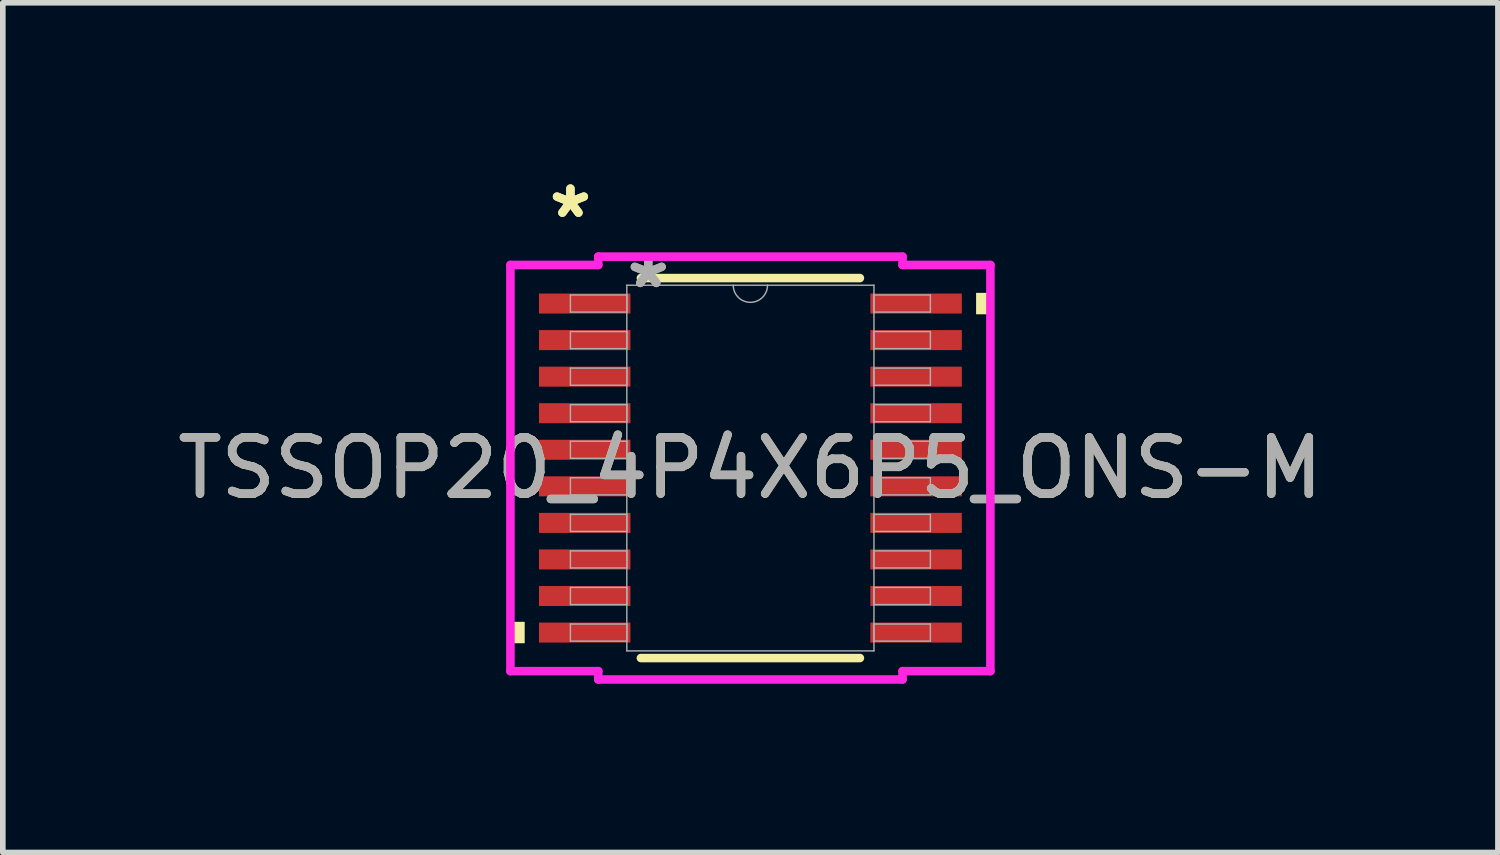
<source format=kicad_pcb>
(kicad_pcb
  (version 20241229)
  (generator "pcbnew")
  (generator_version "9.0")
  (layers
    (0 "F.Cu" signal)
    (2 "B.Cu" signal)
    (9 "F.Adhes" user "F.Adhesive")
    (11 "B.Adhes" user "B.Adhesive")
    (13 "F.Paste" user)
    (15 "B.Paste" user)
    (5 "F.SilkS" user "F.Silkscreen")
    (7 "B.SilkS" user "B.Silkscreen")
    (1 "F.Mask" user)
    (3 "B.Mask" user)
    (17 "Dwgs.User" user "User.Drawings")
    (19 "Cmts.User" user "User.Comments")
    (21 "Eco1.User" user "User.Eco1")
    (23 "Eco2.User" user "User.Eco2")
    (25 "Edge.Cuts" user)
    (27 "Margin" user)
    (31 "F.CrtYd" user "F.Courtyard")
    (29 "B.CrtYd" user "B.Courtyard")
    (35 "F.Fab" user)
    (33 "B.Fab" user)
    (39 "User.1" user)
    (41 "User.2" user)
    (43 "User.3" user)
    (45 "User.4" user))
  (footprint "TSSOP20_4P4X6P5_ONS-M"
    (layer "F.Cu")
    (at 10.292 5.272)
    (property "Reference" "TSSOP20_4P4X6P5_ONS-M" (at 0 0 0) (unlocked yes) (layer "F.SilkS") (effects (font (size 1 1) (thickness 0.15))))
    (attr smd)
    (fp_line (start -1.947 3.378) (end 1.947 3.378) (stroke (width 0.152) (type solid)) (layer "F.SilkS"))
    (fp_line (start 1.947 -3.378) (end -1.947 -3.378) (stroke (width 0.152) (type solid)) (layer "F.SilkS"))
    (fp_poly (pts (xy -4.267 2.734) (xy -4.267 3.115) (xy -4.013 3.115) (xy -4.013 2.734)) (stroke (width 0) (type solid)) (fill yes) (layer "F.SilkS"))
    (fp_poly (pts (xy 4.267 -3.115) (xy 4.267 -2.734) (xy 4.013 -2.734) (xy 4.013 -3.115)) (stroke (width 0) (type solid)) (fill yes) (layer "F.SilkS"))
    (fp_line (start -4.267 -3.611) (end -2.705 -3.611) (stroke (width 0.152) (type solid)) (layer "F.CrtYd"))
    (fp_line (start -4.267 3.611) (end -4.267 -3.611) (stroke (width 0.152) (type solid)) (layer "F.CrtYd"))
    (fp_line (start -4.267 3.611) (end -2.705 3.611) (stroke (width 0.152) (type solid)) (layer "F.CrtYd"))
    (fp_line (start -2.705 -3.759) (end 2.705 -3.759) (stroke (width 0.152) (type solid)) (layer "F.CrtYd"))
    (fp_line (start -2.705 -3.611) (end -2.705 -3.759) (stroke (width 0.152) (type solid)) (layer "F.CrtYd"))
    (fp_line (start -2.705 3.759) (end -2.705 3.611) (stroke (width 0.152) (type solid)) (layer "F.CrtYd"))
    (fp_line (start 2.705 -3.759) (end 2.705 -3.611) (stroke (width 0.152) (type solid)) (layer "F.CrtYd"))
    (fp_line (start 2.705 3.611) (end 2.705 3.759) (stroke (width 0.152) (type solid)) (layer "F.CrtYd"))
    (fp_line (start 2.705 3.759) (end -2.705 3.759) (stroke (width 0.152) (type solid)) (layer "F.CrtYd"))
    (fp_line (start 4.267 -3.611) (end 2.705 -3.611) (stroke (width 0.152) (type solid)) (layer "F.CrtYd"))
    (fp_line (start 4.267 -3.611) (end 4.267 3.611) (stroke (width 0.152) (type solid)) (layer "F.CrtYd"))
    (fp_line (start 4.267 3.611) (end 2.705 3.611) (stroke (width 0.152) (type solid)) (layer "F.CrtYd"))
    (fp_line (start -3.2 -3.077) (end -3.2 -2.773) (stroke (width 0.025) (type solid)) (layer "F.Fab"))
    (fp_line (start -3.2 -2.773) (end -2.197 -2.773) (stroke (width 0.025) (type solid)) (layer "F.Fab"))
    (fp_line (start -3.2 -2.427) (end -3.2 -2.123) (stroke (width 0.025) (type solid)) (layer "F.Fab"))
    (fp_line (start -3.2 -2.123) (end -2.197 -2.123) (stroke (width 0.025) (type solid)) (layer "F.Fab"))
    (fp_line (start -3.2 -1.777) (end -3.2 -1.473) (stroke (width 0.025) (type solid)) (layer "F.Fab"))
    (fp_line (start -3.2 -1.473) (end -2.197 -1.473) (stroke (width 0.025) (type solid)) (layer "F.Fab"))
    (fp_line (start -3.2 -1.127) (end -3.2 -0.823) (stroke (width 0.025) (type solid)) (layer "F.Fab"))
    (fp_line (start -3.2 -0.823) (end -2.197 -0.823) (stroke (width 0.025) (type solid)) (layer "F.Fab"))
    (fp_line (start -3.2 -0.477) (end -3.2 -0.173) (stroke (width 0.025) (type solid)) (layer "F.Fab"))
    (fp_line (start -3.2 -0.173) (end -2.197 -0.173) (stroke (width 0.025) (type solid)) (layer "F.Fab"))
    (fp_line (start -3.2 0.173) (end -3.2 0.477) (stroke (width 0.025) (type solid)) (layer "F.Fab"))
    (fp_line (start -3.2 0.477) (end -2.197 0.477) (stroke (width 0.025) (type solid)) (layer "F.Fab"))
    (fp_line (start -3.2 0.823) (end -3.2 1.127) (stroke (width 0.025) (type solid)) (layer "F.Fab"))
    (fp_line (start -3.2 1.127) (end -2.197 1.127) (stroke (width 0.025) (type solid)) (layer "F.Fab"))
    (fp_line (start -3.2 1.473) (end -3.2 1.777) (stroke (width 0.025) (type solid)) (layer "F.Fab"))
    (fp_line (start -3.2 1.777) (end -2.197 1.777) (stroke (width 0.025) (type solid)) (layer "F.Fab"))
    (fp_line (start -3.2 2.123) (end -3.2 2.427) (stroke (width 0.025) (type solid)) (layer "F.Fab"))
    (fp_line (start -3.2 2.427) (end -2.197 2.427) (stroke (width 0.025) (type solid)) (layer "F.Fab"))
    (fp_line (start -3.2 2.773) (end -3.2 3.077) (stroke (width 0.025) (type solid)) (layer "F.Fab"))
    (fp_line (start -3.2 3.077) (end -2.197 3.077) (stroke (width 0.025) (type solid)) (layer "F.Fab"))
    (fp_line (start -2.197 -3.251) (end -2.197 3.251) (stroke (width 0.025) (type solid)) (layer "F.Fab"))
    (fp_line (start -2.197 -3.077) (end -3.2 -3.077) (stroke (width 0.025) (type solid)) (layer "F.Fab"))
    (fp_line (start -2.197 -2.773) (end -2.197 -3.077) (stroke (width 0.025) (type solid)) (layer "F.Fab"))
    (fp_line (start -2.197 -2.427) (end -3.2 -2.427) (stroke (width 0.025) (type solid)) (layer "F.Fab"))
    (fp_line (start -2.197 -2.123) (end -2.197 -2.427) (stroke (width 0.025) (type solid)) (layer "F.Fab"))
    (fp_line (start -2.197 -1.777) (end -3.2 -1.777) (stroke (width 0.025) (type solid)) (layer "F.Fab"))
    (fp_line (start -2.197 -1.473) (end -2.197 -1.777) (stroke (width 0.025) (type solid)) (layer "F.Fab"))
    (fp_line (start -2.197 -1.127) (end -3.2 -1.127) (stroke (width 0.025) (type solid)) (layer "F.Fab"))
    (fp_line (start -2.197 -0.823) (end -2.197 -1.127) (stroke (width 0.025) (type solid)) (layer "F.Fab"))
    (fp_line (start -2.197 -0.477) (end -3.2 -0.477) (stroke (width 0.025) (type solid)) (layer "F.Fab"))
    (fp_line (start -2.197 -0.173) (end -2.197 -0.477) (stroke (width 0.025) (type solid)) (layer "F.Fab"))
    (fp_line (start -2.197 0.173) (end -3.2 0.173) (stroke (width 0.025) (type solid)) (layer "F.Fab"))
    (fp_line (start -2.197 0.477) (end -2.197 0.173) (stroke (width 0.025) (type solid)) (layer "F.Fab"))
    (fp_line (start -2.197 0.823) (end -3.2 0.823) (stroke (width 0.025) (type solid)) (layer "F.Fab"))
    (fp_line (start -2.197 1.127) (end -2.197 0.823) (stroke (width 0.025) (type solid)) (layer "F.Fab"))
    (fp_line (start -2.197 1.473) (end -3.2 1.473) (stroke (width 0.025) (type solid)) (layer "F.Fab"))
    (fp_line (start -2.197 1.777) (end -2.197 1.473) (stroke (width 0.025) (type solid)) (layer "F.Fab"))
    (fp_line (start -2.197 2.123) (end -3.2 2.123) (stroke (width 0.025) (type solid)) (layer "F.Fab"))
    (fp_line (start -2.197 2.427) (end -2.197 2.123) (stroke (width 0.025) (type solid)) (layer "F.Fab"))
    (fp_line (start -2.197 2.773) (end -3.2 2.773) (stroke (width 0.025) (type solid)) (layer "F.Fab"))
    (fp_line (start -2.197 3.077) (end -2.197 2.773) (stroke (width 0.025) (type solid)) (layer "F.Fab"))
    (fp_line (start -2.197 3.251) (end 2.197 3.251) (stroke (width 0.025) (type solid)) (layer "F.Fab"))
    (fp_line (start 2.197 -3.251) (end -2.197 -3.251) (stroke (width 0.025) (type solid)) (layer "F.Fab"))
    (fp_line (start 2.197 -3.077) (end 2.197 -2.773) (stroke (width 0.025) (type solid)) (layer "F.Fab"))
    (fp_line (start 2.197 -2.773) (end 3.2 -2.773) (stroke (width 0.025) (type solid)) (layer "F.Fab"))
    (fp_line (start 2.197 -2.427) (end 2.197 -2.123) (stroke (width 0.025) (type solid)) (layer "F.Fab"))
    (fp_line (start 2.197 -2.123) (end 3.2 -2.123) (stroke (width 0.025) (type solid)) (layer "F.Fab"))
    (fp_line (start 2.197 -1.777) (end 2.197 -1.473) (stroke (width 0.025) (type solid)) (layer "F.Fab"))
    (fp_line (start 2.197 -1.473) (end 3.2 -1.473) (stroke (width 0.025) (type solid)) (layer "F.Fab"))
    (fp_line (start 2.197 -1.127) (end 2.197 -0.823) (stroke (width 0.025) (type solid)) (layer "F.Fab"))
    (fp_line (start 2.197 -0.823) (end 3.2 -0.823) (stroke (width 0.025) (type solid)) (layer "F.Fab"))
    (fp_line (start 2.197 -0.477) (end 2.197 -0.173) (stroke (width 0.025) (type solid)) (layer "F.Fab"))
    (fp_line (start 2.197 -0.173) (end 3.2 -0.173) (stroke (width 0.025) (type solid)) (layer "F.Fab"))
    (fp_line (start 2.197 0.173) (end 2.197 0.477) (stroke (width 0.025) (type solid)) (layer "F.Fab"))
    (fp_line (start 2.197 0.477) (end 3.2 0.477) (stroke (width 0.025) (type solid)) (layer "F.Fab"))
    (fp_line (start 2.197 0.823) (end 2.197 1.127) (stroke (width 0.025) (type solid)) (layer "F.Fab"))
    (fp_line (start 2.197 1.127) (end 3.2 1.127) (stroke (width 0.025) (type solid)) (layer "F.Fab"))
    (fp_line (start 2.197 1.473) (end 2.197 1.777) (stroke (width 0.025) (type solid)) (layer "F.Fab"))
    (fp_line (start 2.197 1.777) (end 3.2 1.777) (stroke (width 0.025) (type solid)) (layer "F.Fab"))
    (fp_line (start 2.197 2.123) (end 2.197 2.427) (stroke (width 0.025) (type solid)) (layer "F.Fab"))
    (fp_line (start 2.197 2.427) (end 3.2 2.427) (stroke (width 0.025) (type solid)) (layer "F.Fab"))
    (fp_line (start 2.197 2.773) (end 2.197 3.077) (stroke (width 0.025) (type solid)) (layer "F.Fab"))
    (fp_line (start 2.197 3.077) (end 3.2 3.077) (stroke (width 0.025) (type solid)) (layer "F.Fab"))
    (fp_line (start 2.197 3.251) (end 2.197 -3.251) (stroke (width 0.025) (type solid)) (layer "F.Fab"))
    (fp_line (start 3.2 -3.077) (end 2.197 -3.077) (stroke (width 0.025) (type solid)) (layer "F.Fab"))
    (fp_line (start 3.2 -2.773) (end 3.2 -3.077) (stroke (width 0.025) (type solid)) (layer "F.Fab"))
    (fp_line (start 3.2 -2.427) (end 2.197 -2.427) (stroke (width 0.025) (type solid)) (layer "F.Fab"))
    (fp_line (start 3.2 -2.123) (end 3.2 -2.427) (stroke (width 0.025) (type solid)) (layer "F.Fab"))
    (fp_line (start 3.2 -1.777) (end 2.197 -1.777) (stroke (width 0.025) (type solid)) (layer "F.Fab"))
    (fp_line (start 3.2 -1.473) (end 3.2 -1.777) (stroke (width 0.025) (type solid)) (layer "F.Fab"))
    (fp_line (start 3.2 -1.127) (end 2.197 -1.127) (stroke (width 0.025) (type solid)) (layer "F.Fab"))
    (fp_line (start 3.2 -0.823) (end 3.2 -1.127) (stroke (width 0.025) (type solid)) (layer "F.Fab"))
    (fp_line (start 3.2 -0.477) (end 2.197 -0.477) (stroke (width 0.025) (type solid)) (layer "F.Fab"))
    (fp_line (start 3.2 -0.173) (end 3.2 -0.477) (stroke (width 0.025) (type solid)) (layer "F.Fab"))
    (fp_line (start 3.2 0.173) (end 2.197 0.173) (stroke (width 0.025) (type solid)) (layer "F.Fab"))
    (fp_line (start 3.2 0.477) (end 3.2 0.173) (stroke (width 0.025) (type solid)) (layer "F.Fab"))
    (fp_line (start 3.2 0.823) (end 2.197 0.823) (stroke (width 0.025) (type solid)) (layer "F.Fab"))
    (fp_line (start 3.2 1.127) (end 3.2 0.823) (stroke (width 0.025) (type solid)) (layer "F.Fab"))
    (fp_line (start 3.2 1.473) (end 2.197 1.473) (stroke (width 0.025) (type solid)) (layer "F.Fab"))
    (fp_line (start 3.2 1.777) (end 3.2 1.473) (stroke (width 0.025) (type solid)) (layer "F.Fab"))
    (fp_line (start 3.2 2.123) (end 2.197 2.123) (stroke (width 0.025) (type solid)) (layer "F.Fab"))
    (fp_line (start 3.2 2.427) (end 3.2 2.123) (stroke (width 0.025) (type solid)) (layer "F.Fab"))
    (fp_line (start 3.2 2.773) (end 2.197 2.773) (stroke (width 0.025) (type solid)) (layer "F.Fab"))
    (fp_line (start 3.2 3.077) (end 3.2 2.773) (stroke (width 0.025) (type solid)) (layer "F.Fab"))
    (fp_arc (start 0.3048 -3.2512) (mid 0 -2.9464) (end -0.3048 -3.2512) (stroke (width 0.0254) (type solid)) (layer "F.Fab"))
    (fp_text user "*" (at -3.2 -4.424 0) (unlocked yes) (layer "F.SilkS") (effects (font (size 1 1) (thickness 0.15))))
    (fp_text user "*" (at -3.2 -4.424 0) (layer "F.SilkS") (effects (font (size 1 1) (thickness 0.15))))
    (fp_text user "${REFERENCE}" (at 0 0 0) (unlocked yes) (layer "F.Fab") (effects (font (size 1 1) (thickness 0.15))))
    (fp_text user "*" (at -1.816 -3.175 0) (layer "F.Fab") (effects (font (size 1 1) (thickness 0.15))))
    (fp_text user "*" (at -1.816 -3.175 0) (unlocked yes) (layer "F.Fab") (effects (font (size 1 1) (thickness 0.15))))
    (pad "1" smd rect (at -2.946 -2.925) (size 1.626 0.356) (layers "F.Cu" "F.Mask" "F.Paste"))
    (pad "2" smd rect (at -2.946 -2.275) (size 1.626 0.356) (layers "F.Cu" "F.Mask" "F.Paste"))
    (pad "3" smd rect (at -2.946 -1.625) (size 1.626 0.356) (layers "F.Cu" "F.Mask" "F.Paste"))
    (pad "4" smd rect (at -2.946 -0.975) (size 1.626 0.356) (layers "F.Cu" "F.Mask" "F.Paste"))
    (pad "5" smd rect (at -2.946 -0.325) (size 1.626 0.356) (layers "F.Cu" "F.Mask" "F.Paste"))
    (pad "6" smd rect (at -2.946 0.325) (size 1.626 0.356) (layers "F.Cu" "F.Mask" "F.Paste"))
    (pad "7" smd rect (at -2.946 0.975) (size 1.626 0.356) (layers "F.Cu" "F.Mask" "F.Paste"))
    (pad "8" smd rect (at -2.946 1.625) (size 1.626 0.356) (layers "F.Cu" "F.Mask" "F.Paste"))
    (pad "9" smd rect (at -2.946 2.275) (size 1.626 0.356) (layers "F.Cu" "F.Mask" "F.Paste"))
    (pad "10" smd rect (at -2.946 2.925) (size 1.626 0.356) (layers "F.Cu" "F.Mask" "F.Paste"))
    (pad "11" smd rect (at 2.946 2.925) (size 1.626 0.356) (layers "F.Cu" "F.Mask" "F.Paste"))
    (pad "12" smd rect (at 2.946 2.275) (size 1.626 0.356) (layers "F.Cu" "F.Mask" "F.Paste"))
    (pad "13" smd rect (at 2.946 1.625) (size 1.626 0.356) (layers "F.Cu" "F.Mask" "F.Paste"))
    (pad "14" smd rect (at 2.946 0.975) (size 1.626 0.356) (layers "F.Cu" "F.Mask" "F.Paste"))
    (pad "15" smd rect (at 2.946 0.325) (size 1.626 0.356) (layers "F.Cu" "F.Mask" "F.Paste"))
    (pad "16" smd rect (at 2.946 -0.325) (size 1.626 0.356) (layers "F.Cu" "F.Mask" "F.Paste"))
    (pad "17" smd rect (at 2.946 -0.975) (size 1.626 0.356) (layers "F.Cu" "F.Mask" "F.Paste"))
    (pad "18" smd rect (at 2.946 -1.625) (size 1.626 0.356) (layers "F.Cu" "F.Mask" "F.Paste"))
    (pad "19" smd rect (at 2.946 -2.275) (size 1.626 0.356) (layers "F.Cu" "F.Mask" "F.Paste"))
    (pad "20" smd rect (at 2.946 -2.925) (size 1.626 0.356) (layers "F.Cu" "F.Mask" "F.Paste")))
  (gr_rect
    (start -3 -3)
    (end 23.583 12.107)
    (stroke (width 0.1) (type default))
    (fill no)
    (layer "Edge.Cuts")))
</source>
